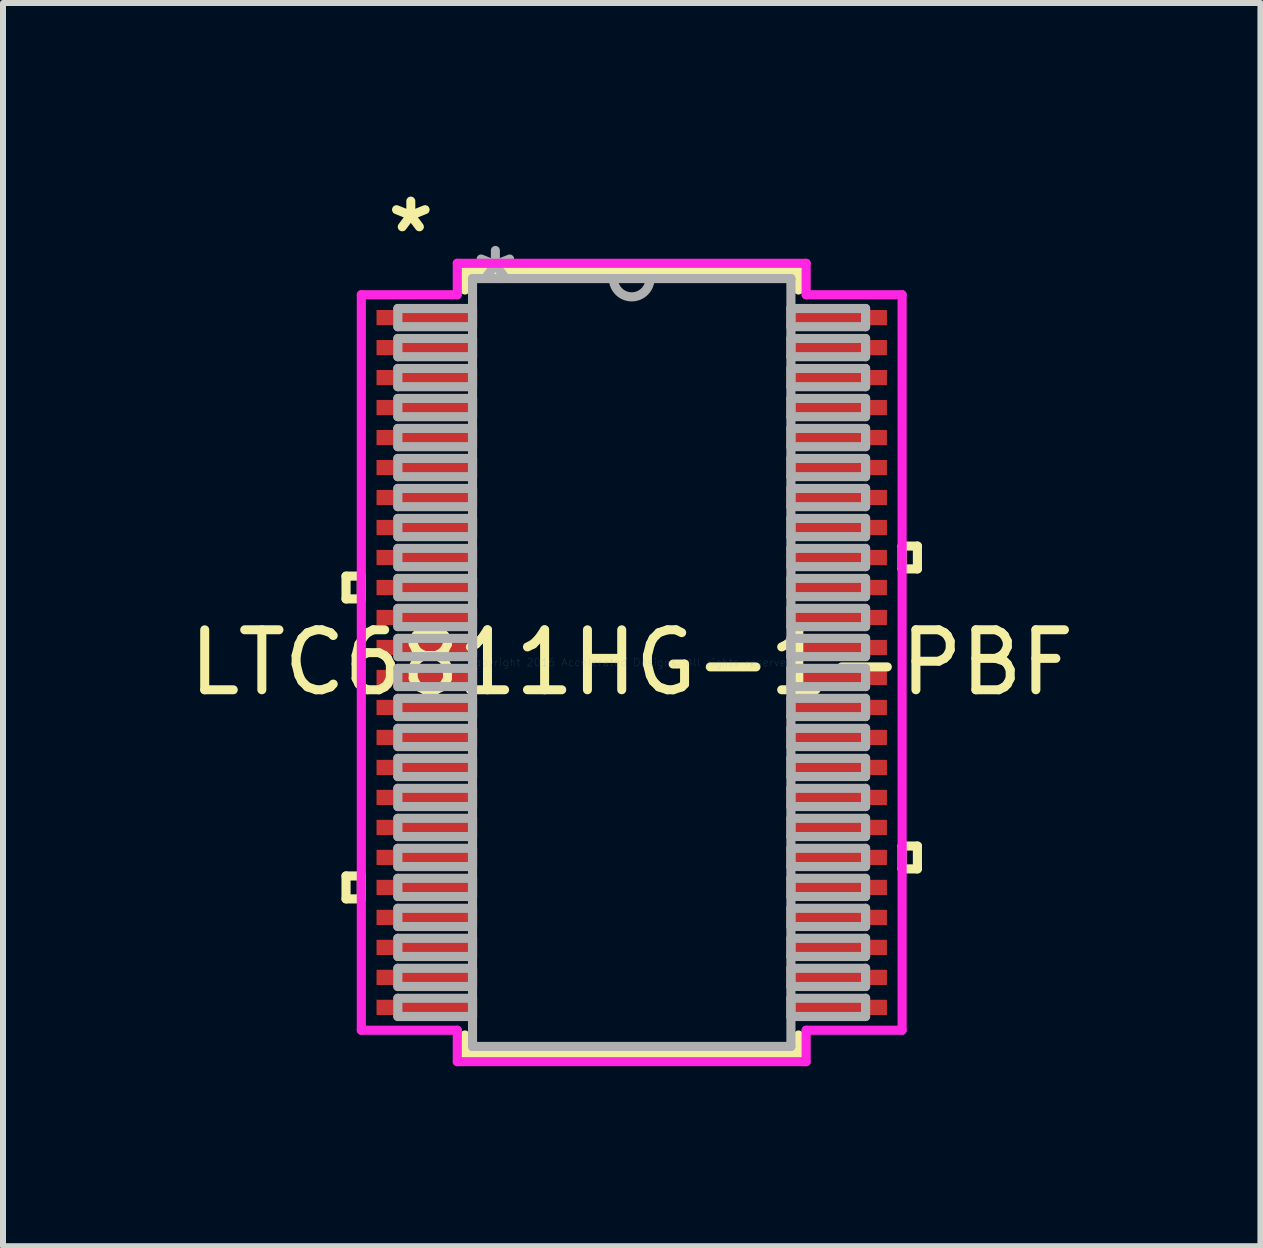
<source format=kicad_pcb>
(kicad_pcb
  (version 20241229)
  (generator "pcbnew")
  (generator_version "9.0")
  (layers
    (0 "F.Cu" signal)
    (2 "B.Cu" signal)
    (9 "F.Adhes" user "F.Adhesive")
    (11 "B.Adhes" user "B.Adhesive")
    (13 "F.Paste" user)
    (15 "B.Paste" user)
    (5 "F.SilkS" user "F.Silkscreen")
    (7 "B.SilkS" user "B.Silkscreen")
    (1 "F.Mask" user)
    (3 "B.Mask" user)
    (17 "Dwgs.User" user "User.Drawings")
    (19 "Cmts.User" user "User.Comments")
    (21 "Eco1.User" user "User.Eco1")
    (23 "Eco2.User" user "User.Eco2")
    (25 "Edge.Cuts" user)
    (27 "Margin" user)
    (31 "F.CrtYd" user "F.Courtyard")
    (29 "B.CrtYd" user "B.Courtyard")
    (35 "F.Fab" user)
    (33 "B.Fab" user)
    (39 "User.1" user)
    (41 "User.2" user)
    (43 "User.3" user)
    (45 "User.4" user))
  (footprint "LTC6811HG-1-PBF"
    (layer "F.Cu")
    (at 7.482 7.995)
    (property "Reference" "LTC6811HG-1-PBF" (at 0 0 0) (layer "F.SilkS") (effects (font (size 1 1) (thickness 0.15))))
    (attr through_hole)
    (fp_line (start -4.763 -1.44) (end -4.763 -1.06) (stroke (width 0.152) (type solid)) (layer "F.SilkS"))
    (fp_line (start -4.763 -1.06) (end -4.508 -1.06) (stroke (width 0.152) (type solid)) (layer "F.SilkS"))
    (fp_line (start -4.763 3.559) (end -4.763 3.941) (stroke (width 0.152) (type solid)) (layer "F.SilkS"))
    (fp_line (start -4.763 3.941) (end -4.508 3.941) (stroke (width 0.152) (type solid)) (layer "F.SilkS"))
    (fp_line (start -4.508 -1.44) (end -4.763 -1.44) (stroke (width 0.152) (type solid)) (layer "F.SilkS"))
    (fp_line (start -4.508 -1.06) (end -4.508 -1.44) (stroke (width 0.152) (type solid)) (layer "F.SilkS"))
    (fp_line (start -4.508 3.559) (end -4.763 3.559) (stroke (width 0.152) (type solid)) (layer "F.SilkS"))
    (fp_line (start -4.508 3.941) (end -4.508 3.559) (stroke (width 0.152) (type solid)) (layer "F.SilkS"))
    (fp_line (start -2.781 -6.528) (end -2.781 -6.21) (stroke (width 0.152) (type solid)) (layer "F.SilkS"))
    (fp_line (start -2.781 6.21) (end -2.781 6.528) (stroke (width 0.152) (type solid)) (layer "F.SilkS"))
    (fp_line (start -2.781 6.528) (end 2.781 6.528) (stroke (width 0.152) (type solid)) (layer "F.SilkS"))
    (fp_line (start 2.781 -6.528) (end -2.781 -6.528) (stroke (width 0.152) (type solid)) (layer "F.SilkS"))
    (fp_line (start 2.781 -6.21) (end 2.781 -6.528) (stroke (width 0.152) (type solid)) (layer "F.SilkS"))
    (fp_line (start 2.781 6.528) (end 2.781 6.21) (stroke (width 0.152) (type solid)) (layer "F.SilkS"))
    (fp_line (start 4.508 -1.941) (end 4.763 -1.941) (stroke (width 0.152) (type solid)) (layer "F.SilkS"))
    (fp_line (start 4.508 -1.56) (end 4.508 -1.941) (stroke (width 0.152) (type solid)) (layer "F.SilkS"))
    (fp_line (start 4.508 3.06) (end 4.763 3.06) (stroke (width 0.152) (type solid)) (layer "F.SilkS"))
    (fp_line (start 4.508 3.441) (end 4.508 3.06) (stroke (width 0.152) (type solid)) (layer "F.SilkS"))
    (fp_line (start 4.763 -1.941) (end 4.763 -1.56) (stroke (width 0.152) (type solid)) (layer "F.SilkS"))
    (fp_line (start 4.763 -1.56) (end 4.508 -1.56) (stroke (width 0.152) (type solid)) (layer "F.SilkS"))
    (fp_line (start 4.763 3.06) (end 4.763 3.441) (stroke (width 0.152) (type solid)) (layer "F.SilkS"))
    (fp_line (start 4.763 3.441) (end 4.508 3.441) (stroke (width 0.152) (type solid)) (layer "F.SilkS"))
    (fp_line (start -4.508 -6.131) (end -2.908 -6.131) (stroke (width 0.152) (type solid)) (layer "F.CrtYd"))
    (fp_line (start -4.508 6.131) (end -4.508 -6.131) (stroke (width 0.152) (type solid)) (layer "F.CrtYd"))
    (fp_line (start -2.908 -6.655) (end 2.908 -6.655) (stroke (width 0.152) (type solid)) (layer "F.CrtYd"))
    (fp_line (start -2.908 -6.131) (end -2.908 -6.655) (stroke (width 0.152) (type solid)) (layer "F.CrtYd"))
    (fp_line (start -2.908 6.131) (end -4.508 6.131) (stroke (width 0.152) (type solid)) (layer "F.CrtYd"))
    (fp_line (start -2.908 6.655) (end -2.908 6.131) (stroke (width 0.152) (type solid)) (layer "F.CrtYd"))
    (fp_line (start 2.908 -6.655) (end 2.908 -6.131) (stroke (width 0.152) (type solid)) (layer "F.CrtYd"))
    (fp_line (start 2.908 -6.131) (end 4.508 -6.131) (stroke (width 0.152) (type solid)) (layer "F.CrtYd"))
    (fp_line (start 2.908 6.131) (end 2.908 6.655) (stroke (width 0.152) (type solid)) (layer "F.CrtYd"))
    (fp_line (start 2.908 6.655) (end -2.908 6.655) (stroke (width 0.152) (type solid)) (layer "F.CrtYd"))
    (fp_line (start 4.508 -6.131) (end 4.508 6.131) (stroke (width 0.152) (type solid)) (layer "F.CrtYd"))
    (fp_line (start 4.508 6.131) (end 2.908 6.131) (stroke (width 0.152) (type solid)) (layer "F.CrtYd"))
    (fp_line (start -3.899 -5.902) (end -3.899 -5.598) (stroke (width 0.152) (type solid)) (layer "F.Fab"))
    (fp_line (start -3.899 -5.598) (end -2.654 -5.598) (stroke (width 0.152) (type solid)) (layer "F.Fab"))
    (fp_line (start -3.899 -5.402) (end -3.899 -5.098) (stroke (width 0.152) (type solid)) (layer "F.Fab"))
    (fp_line (start -3.899 -5.098) (end -2.654 -5.098) (stroke (width 0.152) (type solid)) (layer "F.Fab"))
    (fp_line (start -3.899 -4.902) (end -3.899 -4.598) (stroke (width 0.152) (type solid)) (layer "F.Fab"))
    (fp_line (start -3.899 -4.598) (end -2.654 -4.598) (stroke (width 0.152) (type solid)) (layer "F.Fab"))
    (fp_line (start -3.899 -4.402) (end -3.899 -4.098) (stroke (width 0.152) (type solid)) (layer "F.Fab"))
    (fp_line (start -3.899 -4.098) (end -2.654 -4.098) (stroke (width 0.152) (type solid)) (layer "F.Fab"))
    (fp_line (start -3.899 -3.902) (end -3.899 -3.598) (stroke (width 0.152) (type solid)) (layer "F.Fab"))
    (fp_line (start -3.899 -3.598) (end -2.654 -3.598) (stroke (width 0.152) (type solid)) (layer "F.Fab"))
    (fp_line (start -3.899 -3.402) (end -3.899 -3.098) (stroke (width 0.152) (type solid)) (layer "F.Fab"))
    (fp_line (start -3.899 -3.098) (end -2.654 -3.098) (stroke (width 0.152) (type solid)) (layer "F.Fab"))
    (fp_line (start -3.899 -2.902) (end -3.899 -2.598) (stroke (width 0.152) (type solid)) (layer "F.Fab"))
    (fp_line (start -3.899 -2.598) (end -2.654 -2.598) (stroke (width 0.152) (type solid)) (layer "F.Fab"))
    (fp_line (start -3.899 -2.402) (end -3.899 -2.098) (stroke (width 0.152) (type solid)) (layer "F.Fab"))
    (fp_line (start -3.899 -2.098) (end -2.654 -2.098) (stroke (width 0.152) (type solid)) (layer "F.Fab"))
    (fp_line (start -3.899 -1.902) (end -3.899 -1.598) (stroke (width 0.152) (type solid)) (layer "F.Fab"))
    (fp_line (start -3.899 -1.598) (end -2.654 -1.598) (stroke (width 0.152) (type solid)) (layer "F.Fab"))
    (fp_line (start -3.899 -1.402) (end -3.899 -1.098) (stroke (width 0.152) (type solid)) (layer "F.Fab"))
    (fp_line (start -3.899 -1.098) (end -2.654 -1.098) (stroke (width 0.152) (type solid)) (layer "F.Fab"))
    (fp_line (start -3.899 -0.902) (end -3.899 -0.598) (stroke (width 0.152) (type solid)) (layer "F.Fab"))
    (fp_line (start -3.899 -0.598) (end -2.654 -0.598) (stroke (width 0.152) (type solid)) (layer "F.Fab"))
    (fp_line (start -3.899 -0.402) (end -3.899 -0.098) (stroke (width 0.152) (type solid)) (layer "F.Fab"))
    (fp_line (start -3.899 -0.098) (end -2.654 -0.098) (stroke (width 0.152) (type solid)) (layer "F.Fab"))
    (fp_line (start -3.899 0.098) (end -3.899 0.402) (stroke (width 0.152) (type solid)) (layer "F.Fab"))
    (fp_line (start -3.899 0.402) (end -2.654 0.402) (stroke (width 0.152) (type solid)) (layer "F.Fab"))
    (fp_line (start -3.899 0.598) (end -3.899 0.902) (stroke (width 0.152) (type solid)) (layer "F.Fab"))
    (fp_line (start -3.899 0.902) (end -2.654 0.902) (stroke (width 0.152) (type solid)) (layer "F.Fab"))
    (fp_line (start -3.899 1.098) (end -3.899 1.402) (stroke (width 0.152) (type solid)) (layer "F.Fab"))
    (fp_line (start -3.899 1.402) (end -2.654 1.402) (stroke (width 0.152) (type solid)) (layer "F.Fab"))
    (fp_line (start -3.899 1.598) (end -3.899 1.902) (stroke (width 0.152) (type solid)) (layer "F.Fab"))
    (fp_line (start -3.899 1.902) (end -2.654 1.902) (stroke (width 0.152) (type solid)) (layer "F.Fab"))
    (fp_line (start -3.899 2.098) (end -3.899 2.402) (stroke (width 0.152) (type solid)) (layer "F.Fab"))
    (fp_line (start -3.899 2.402) (end -2.654 2.402) (stroke (width 0.152) (type solid)) (layer "F.Fab"))
    (fp_line (start -3.899 2.598) (end -3.899 2.902) (stroke (width 0.152) (type solid)) (layer "F.Fab"))
    (fp_line (start -3.899 2.902) (end -2.654 2.902) (stroke (width 0.152) (type solid)) (layer "F.Fab"))
    (fp_line (start -3.899 3.098) (end -3.899 3.402) (stroke (width 0.152) (type solid)) (layer "F.Fab"))
    (fp_line (start -3.899 3.402) (end -2.654 3.402) (stroke (width 0.152) (type solid)) (layer "F.Fab"))
    (fp_line (start -3.899 3.598) (end -3.899 3.902) (stroke (width 0.152) (type solid)) (layer "F.Fab"))
    (fp_line (start -3.899 3.902) (end -2.654 3.902) (stroke (width 0.152) (type solid)) (layer "F.Fab"))
    (fp_line (start -3.899 4.098) (end -3.899 4.402) (stroke (width 0.152) (type solid)) (layer "F.Fab"))
    (fp_line (start -3.899 4.402) (end -2.654 4.402) (stroke (width 0.152) (type solid)) (layer "F.Fab"))
    (fp_line (start -3.899 4.598) (end -3.899 4.902) (stroke (width 0.152) (type solid)) (layer "F.Fab"))
    (fp_line (start -3.899 4.902) (end -2.654 4.902) (stroke (width 0.152) (type solid)) (layer "F.Fab"))
    (fp_line (start -3.899 5.098) (end -3.899 5.402) (stroke (width 0.152) (type solid)) (layer "F.Fab"))
    (fp_line (start -3.899 5.402) (end -2.654 5.402) (stroke (width 0.152) (type solid)) (layer "F.Fab"))
    (fp_line (start -3.899 5.598) (end -3.899 5.902) (stroke (width 0.152) (type solid)) (layer "F.Fab"))
    (fp_line (start -3.899 5.902) (end -2.654 5.902) (stroke (width 0.152) (type solid)) (layer "F.Fab"))
    (fp_line (start -2.654 -6.401) (end -2.654 6.401) (stroke (width 0.152) (type solid)) (layer "F.Fab"))
    (fp_line (start -2.654 -5.902) (end -3.899 -5.902) (stroke (width 0.152) (type solid)) (layer "F.Fab"))
    (fp_line (start -2.654 -5.598) (end -2.654 -5.902) (stroke (width 0.152) (type solid)) (layer "F.Fab"))
    (fp_line (start -2.654 -5.402) (end -3.899 -5.402) (stroke (width 0.152) (type solid)) (layer "F.Fab"))
    (fp_line (start -2.654 -5.098) (end -2.654 -5.402) (stroke (width 0.152) (type solid)) (layer "F.Fab"))
    (fp_line (start -2.654 -4.902) (end -3.899 -4.902) (stroke (width 0.152) (type solid)) (layer "F.Fab"))
    (fp_line (start -2.654 -4.598) (end -2.654 -4.902) (stroke (width 0.152) (type solid)) (layer "F.Fab"))
    (fp_line (start -2.654 -4.402) (end -3.899 -4.402) (stroke (width 0.152) (type solid)) (layer "F.Fab"))
    (fp_line (start -2.654 -4.098) (end -2.654 -4.402) (stroke (width 0.152) (type solid)) (layer "F.Fab"))
    (fp_line (start -2.654 -3.902) (end -3.899 -3.902) (stroke (width 0.152) (type solid)) (layer "F.Fab"))
    (fp_line (start -2.654 -3.598) (end -2.654 -3.902) (stroke (width 0.152) (type solid)) (layer "F.Fab"))
    (fp_line (start -2.654 -3.402) (end -3.899 -3.402) (stroke (width 0.152) (type solid)) (layer "F.Fab"))
    (fp_line (start -2.654 -3.098) (end -2.654 -3.402) (stroke (width 0.152) (type solid)) (layer "F.Fab"))
    (fp_line (start -2.654 -2.902) (end -3.899 -2.902) (stroke (width 0.152) (type solid)) (layer "F.Fab"))
    (fp_line (start -2.654 -2.598) (end -2.654 -2.902) (stroke (width 0.152) (type solid)) (layer "F.Fab"))
    (fp_line (start -2.654 -2.402) (end -3.899 -2.402) (stroke (width 0.152) (type solid)) (layer "F.Fab"))
    (fp_line (start -2.654 -2.098) (end -2.654 -2.402) (stroke (width 0.152) (type solid)) (layer "F.Fab"))
    (fp_line (start -2.654 -1.902) (end -3.899 -1.902) (stroke (width 0.152) (type solid)) (layer "F.Fab"))
    (fp_line (start -2.654 -1.598) (end -2.654 -1.902) (stroke (width 0.152) (type solid)) (layer "F.Fab"))
    (fp_line (start -2.654 -1.402) (end -3.899 -1.402) (stroke (width 0.152) (type solid)) (layer "F.Fab"))
    (fp_line (start -2.654 -1.098) (end -2.654 -1.402) (stroke (width 0.152) (type solid)) (layer "F.Fab"))
    (fp_line (start -2.654 -0.902) (end -3.899 -0.902) (stroke (width 0.152) (type solid)) (layer "F.Fab"))
    (fp_line (start -2.654 -0.598) (end -2.654 -0.902) (stroke (width 0.152) (type solid)) (layer "F.Fab"))
    (fp_line (start -2.654 -0.402) (end -3.899 -0.402) (stroke (width 0.152) (type solid)) (layer "F.Fab"))
    (fp_line (start -2.654 -0.098) (end -2.654 -0.402) (stroke (width 0.152) (type solid)) (layer "F.Fab"))
    (fp_line (start -2.654 0.098) (end -3.899 0.098) (stroke (width 0.152) (type solid)) (layer "F.Fab"))
    (fp_line (start -2.654 0.402) (end -2.654 0.098) (stroke (width 0.152) (type solid)) (layer "F.Fab"))
    (fp_line (start -2.654 0.598) (end -3.899 0.598) (stroke (width 0.152) (type solid)) (layer "F.Fab"))
    (fp_line (start -2.654 0.902) (end -2.654 0.598) (stroke (width 0.152) (type solid)) (layer "F.Fab"))
    (fp_line (start -2.654 1.098) (end -3.899 1.098) (stroke (width 0.152) (type solid)) (layer "F.Fab"))
    (fp_line (start -2.654 1.402) (end -2.654 1.098) (stroke (width 0.152) (type solid)) (layer "F.Fab"))
    (fp_line (start -2.654 1.598) (end -3.899 1.598) (stroke (width 0.152) (type solid)) (layer "F.Fab"))
    (fp_line (start -2.654 1.902) (end -2.654 1.598) (stroke (width 0.152) (type solid)) (layer "F.Fab"))
    (fp_line (start -2.654 2.098) (end -3.899 2.098) (stroke (width 0.152) (type solid)) (layer "F.Fab"))
    (fp_line (start -2.654 2.402) (end -2.654 2.098) (stroke (width 0.152) (type solid)) (layer "F.Fab"))
    (fp_line (start -2.654 2.598) (end -3.899 2.598) (stroke (width 0.152) (type solid)) (layer "F.Fab"))
    (fp_line (start -2.654 2.902) (end -2.654 2.598) (stroke (width 0.152) (type solid)) (layer "F.Fab"))
    (fp_line (start -2.654 3.098) (end -3.899 3.098) (stroke (width 0.152) (type solid)) (layer "F.Fab"))
    (fp_line (start -2.654 3.402) (end -2.654 3.098) (stroke (width 0.152) (type solid)) (layer "F.Fab"))
    (fp_line (start -2.654 3.598) (end -3.899 3.598) (stroke (width 0.152) (type solid)) (layer "F.Fab"))
    (fp_line (start -2.654 3.902) (end -2.654 3.598) (stroke (width 0.152) (type solid)) (layer "F.Fab"))
    (fp_line (start -2.654 4.098) (end -3.899 4.098) (stroke (width 0.152) (type solid)) (layer "F.Fab"))
    (fp_line (start -2.654 4.402) (end -2.654 4.098) (stroke (width 0.152) (type solid)) (layer "F.Fab"))
    (fp_line (start -2.654 4.598) (end -3.899 4.598) (stroke (width 0.152) (type solid)) (layer "F.Fab"))
    (fp_line (start -2.654 4.902) (end -2.654 4.598) (stroke (width 0.152) (type solid)) (layer "F.Fab"))
    (fp_line (start -2.654 5.098) (end -3.899 5.098) (stroke (width 0.152) (type solid)) (layer "F.Fab"))
    (fp_line (start -2.654 5.402) (end -2.654 5.098) (stroke (width 0.152) (type solid)) (layer "F.Fab"))
    (fp_line (start -2.654 5.598) (end -3.899 5.598) (stroke (width 0.152) (type solid)) (layer "F.Fab"))
    (fp_line (start -2.654 5.902) (end -2.654 5.598) (stroke (width 0.152) (type solid)) (layer "F.Fab"))
    (fp_line (start -2.654 6.401) (end 2.654 6.401) (stroke (width 0.152) (type solid)) (layer "F.Fab"))
    (fp_line (start 2.654 -6.401) (end -2.654 -6.401) (stroke (width 0.152) (type solid)) (layer "F.Fab"))
    (fp_line (start 2.654 -5.902) (end 2.654 -5.598) (stroke (width 0.152) (type solid)) (layer "F.Fab"))
    (fp_line (start 2.654 -5.598) (end 3.899 -5.598) (stroke (width 0.152) (type solid)) (layer "F.Fab"))
    (fp_line (start 2.654 -5.402) (end 2.654 -5.098) (stroke (width 0.152) (type solid)) (layer "F.Fab"))
    (fp_line (start 2.654 -5.098) (end 3.899 -5.098) (stroke (width 0.152) (type solid)) (layer "F.Fab"))
    (fp_line (start 2.654 -4.902) (end 2.654 -4.598) (stroke (width 0.152) (type solid)) (layer "F.Fab"))
    (fp_line (start 2.654 -4.598) (end 3.899 -4.598) (stroke (width 0.152) (type solid)) (layer "F.Fab"))
    (fp_line (start 2.654 -4.402) (end 2.654 -4.098) (stroke (width 0.152) (type solid)) (layer "F.Fab"))
    (fp_line (start 2.654 -4.098) (end 3.899 -4.098) (stroke (width 0.152) (type solid)) (layer "F.Fab"))
    (fp_line (start 2.654 -3.902) (end 2.654 -3.598) (stroke (width 0.152) (type solid)) (layer "F.Fab"))
    (fp_line (start 2.654 -3.598) (end 3.899 -3.598) (stroke (width 0.152) (type solid)) (layer "F.Fab"))
    (fp_line (start 2.654 -3.402) (end 2.654 -3.098) (stroke (width 0.152) (type solid)) (layer "F.Fab"))
    (fp_line (start 2.654 -3.098) (end 3.899 -3.098) (stroke (width 0.152) (type solid)) (layer "F.Fab"))
    (fp_line (start 2.654 -2.902) (end 2.654 -2.598) (stroke (width 0.152) (type solid)) (layer "F.Fab"))
    (fp_line (start 2.654 -2.598) (end 3.899 -2.598) (stroke (width 0.152) (type solid)) (layer "F.Fab"))
    (fp_line (start 2.654 -2.402) (end 2.654 -2.098) (stroke (width 0.152) (type solid)) (layer "F.Fab"))
    (fp_line (start 2.654 -2.098) (end 3.899 -2.098) (stroke (width 0.152) (type solid)) (layer "F.Fab"))
    (fp_line (start 2.654 -1.902) (end 2.654 -1.598) (stroke (width 0.152) (type solid)) (layer "F.Fab"))
    (fp_line (start 2.654 -1.598) (end 3.899 -1.598) (stroke (width 0.152) (type solid)) (layer "F.Fab"))
    (fp_line (start 2.654 -1.402) (end 2.654 -1.098) (stroke (width 0.152) (type solid)) (layer "F.Fab"))
    (fp_line (start 2.654 -1.098) (end 3.899 -1.098) (stroke (width 0.152) (type solid)) (layer "F.Fab"))
    (fp_line (start 2.654 -0.902) (end 2.654 -0.598) (stroke (width 0.152) (type solid)) (layer "F.Fab"))
    (fp_line (start 2.654 -0.598) (end 3.899 -0.598) (stroke (width 0.152) (type solid)) (layer "F.Fab"))
    (fp_line (start 2.654 -0.402) (end 2.654 -0.098) (stroke (width 0.152) (type solid)) (layer "F.Fab"))
    (fp_line (start 2.654 -0.098) (end 3.899 -0.098) (stroke (width 0.152) (type solid)) (layer "F.Fab"))
    (fp_line (start 2.654 0.098) (end 2.654 0.402) (stroke (width 0.152) (type solid)) (layer "F.Fab"))
    (fp_line (start 2.654 0.402) (end 3.899 0.402) (stroke (width 0.152) (type solid)) (layer "F.Fab"))
    (fp_line (start 2.654 0.598) (end 2.654 0.902) (stroke (width 0.152) (type solid)) (layer "F.Fab"))
    (fp_line (start 2.654 0.902) (end 3.899 0.902) (stroke (width 0.152) (type solid)) (layer "F.Fab"))
    (fp_line (start 2.654 1.098) (end 2.654 1.402) (stroke (width 0.152) (type solid)) (layer "F.Fab"))
    (fp_line (start 2.654 1.402) (end 3.899 1.402) (stroke (width 0.152) (type solid)) (layer "F.Fab"))
    (fp_line (start 2.654 1.598) (end 2.654 1.902) (stroke (width 0.152) (type solid)) (layer "F.Fab"))
    (fp_line (start 2.654 1.902) (end 3.899 1.902) (stroke (width 0.152) (type solid)) (layer "F.Fab"))
    (fp_line (start 2.654 2.098) (end 2.654 2.402) (stroke (width 0.152) (type solid)) (layer "F.Fab"))
    (fp_line (start 2.654 2.402) (end 3.899 2.402) (stroke (width 0.152) (type solid)) (layer "F.Fab"))
    (fp_line (start 2.654 2.598) (end 2.654 2.902) (stroke (width 0.152) (type solid)) (layer "F.Fab"))
    (fp_line (start 2.654 2.902) (end 3.899 2.902) (stroke (width 0.152) (type solid)) (layer "F.Fab"))
    (fp_line (start 2.654 3.098) (end 2.654 3.402) (stroke (width 0.152) (type solid)) (layer "F.Fab"))
    (fp_line (start 2.654 3.402) (end 3.899 3.402) (stroke (width 0.152) (type solid)) (layer "F.Fab"))
    (fp_line (start 2.654 3.598) (end 2.654 3.902) (stroke (width 0.152) (type solid)) (layer "F.Fab"))
    (fp_line (start 2.654 3.902) (end 3.899 3.902) (stroke (width 0.152) (type solid)) (layer "F.Fab"))
    (fp_line (start 2.654 4.098) (end 2.654 4.402) (stroke (width 0.152) (type solid)) (layer "F.Fab"))
    (fp_line (start 2.654 4.402) (end 3.899 4.402) (stroke (width 0.152) (type solid)) (layer "F.Fab"))
    (fp_line (start 2.654 4.598) (end 2.654 4.902) (stroke (width 0.152) (type solid)) (layer "F.Fab"))
    (fp_line (start 2.654 4.902) (end 3.899 4.902) (stroke (width 0.152) (type solid)) (layer "F.Fab"))
    (fp_line (start 2.654 5.098) (end 2.654 5.402) (stroke (width 0.152) (type solid)) (layer "F.Fab"))
    (fp_line (start 2.654 5.402) (end 3.899 5.402) (stroke (width 0.152) (type solid)) (layer "F.Fab"))
    (fp_line (start 2.654 5.598) (end 2.654 5.902) (stroke (width 0.152) (type solid)) (layer "F.Fab"))
    (fp_line (start 2.654 5.902) (end 3.899 5.902) (stroke (width 0.152) (type solid)) (layer "F.Fab"))
    (fp_line (start 2.654 6.401) (end 2.654 -6.401) (stroke (width 0.152) (type solid)) (layer "F.Fab"))
    (fp_line (start 3.899 -5.902) (end 2.654 -5.902) (stroke (width 0.152) (type solid)) (layer "F.Fab"))
    (fp_line (start 3.899 -5.598) (end 3.899 -5.902) (stroke (width 0.152) (type solid)) (layer "F.Fab"))
    (fp_line (start 3.899 -5.402) (end 2.654 -5.402) (stroke (width 0.152) (type solid)) (layer "F.Fab"))
    (fp_line (start 3.899 -5.098) (end 3.899 -5.402) (stroke (width 0.152) (type solid)) (layer "F.Fab"))
    (fp_line (start 3.899 -4.902) (end 2.654 -4.902) (stroke (width 0.152) (type solid)) (layer "F.Fab"))
    (fp_line (start 3.899 -4.598) (end 3.899 -4.902) (stroke (width 0.152) (type solid)) (layer "F.Fab"))
    (fp_line (start 3.899 -4.402) (end 2.654 -4.402) (stroke (width 0.152) (type solid)) (layer "F.Fab"))
    (fp_line (start 3.899 -4.098) (end 3.899 -4.402) (stroke (width 0.152) (type solid)) (layer "F.Fab"))
    (fp_line (start 3.899 -3.902) (end 2.654 -3.902) (stroke (width 0.152) (type solid)) (layer "F.Fab"))
    (fp_line (start 3.899 -3.598) (end 3.899 -3.902) (stroke (width 0.152) (type solid)) (layer "F.Fab"))
    (fp_line (start 3.899 -3.402) (end 2.654 -3.402) (stroke (width 0.152) (type solid)) (layer "F.Fab"))
    (fp_line (start 3.899 -3.098) (end 3.899 -3.402) (stroke (width 0.152) (type solid)) (layer "F.Fab"))
    (fp_line (start 3.899 -2.902) (end 2.654 -2.902) (stroke (width 0.152) (type solid)) (layer "F.Fab"))
    (fp_line (start 3.899 -2.598) (end 3.899 -2.902) (stroke (width 0.152) (type solid)) (layer "F.Fab"))
    (fp_line (start 3.899 -2.402) (end 2.654 -2.402) (stroke (width 0.152) (type solid)) (layer "F.Fab"))
    (fp_line (start 3.899 -2.098) (end 3.899 -2.402) (stroke (width 0.152) (type solid)) (layer "F.Fab"))
    (fp_line (start 3.899 -1.902) (end 2.654 -1.902) (stroke (width 0.152) (type solid)) (layer "F.Fab"))
    (fp_line (start 3.899 -1.598) (end 3.899 -1.902) (stroke (width 0.152) (type solid)) (layer "F.Fab"))
    (fp_line (start 3.899 -1.402) (end 2.654 -1.402) (stroke (width 0.152) (type solid)) (layer "F.Fab"))
    (fp_line (start 3.899 -1.098) (end 3.899 -1.402) (stroke (width 0.152) (type solid)) (layer "F.Fab"))
    (fp_line (start 3.899 -0.902) (end 2.654 -0.902) (stroke (width 0.152) (type solid)) (layer "F.Fab"))
    (fp_line (start 3.899 -0.598) (end 3.899 -0.902) (stroke (width 0.152) (type solid)) (layer "F.Fab"))
    (fp_line (start 3.899 -0.402) (end 2.654 -0.402) (stroke (width 0.152) (type solid)) (layer "F.Fab"))
    (fp_line (start 3.899 -0.098) (end 3.899 -0.402) (stroke (width 0.152) (type solid)) (layer "F.Fab"))
    (fp_line (start 3.899 0.098) (end 2.654 0.098) (stroke (width 0.152) (type solid)) (layer "F.Fab"))
    (fp_line (start 3.899 0.402) (end 3.899 0.098) (stroke (width 0.152) (type solid)) (layer "F.Fab"))
    (fp_line (start 3.899 0.598) (end 2.654 0.598) (stroke (width 0.152) (type solid)) (layer "F.Fab"))
    (fp_line (start 3.899 0.902) (end 3.899 0.598) (stroke (width 0.152) (type solid)) (layer "F.Fab"))
    (fp_line (start 3.899 1.098) (end 2.654 1.098) (stroke (width 0.152) (type solid)) (layer "F.Fab"))
    (fp_line (start 3.899 1.402) (end 3.899 1.098) (stroke (width 0.152) (type solid)) (layer "F.Fab"))
    (fp_line (start 3.899 1.598) (end 2.654 1.598) (stroke (width 0.152) (type solid)) (layer "F.Fab"))
    (fp_line (start 3.899 1.902) (end 3.899 1.598) (stroke (width 0.152) (type solid)) (layer "F.Fab"))
    (fp_line (start 3.899 2.098) (end 2.654 2.098) (stroke (width 0.152) (type solid)) (layer "F.Fab"))
    (fp_line (start 3.899 2.402) (end 3.899 2.098) (stroke (width 0.152) (type solid)) (layer "F.Fab"))
    (fp_line (start 3.899 2.598) (end 2.654 2.598) (stroke (width 0.152) (type solid)) (layer "F.Fab"))
    (fp_line (start 3.899 2.902) (end 3.899 2.598) (stroke (width 0.152) (type solid)) (layer "F.Fab"))
    (fp_line (start 3.899 3.098) (end 2.654 3.098) (stroke (width 0.152) (type solid)) (layer "F.Fab"))
    (fp_line (start 3.899 3.402) (end 3.899 3.098) (stroke (width 0.152) (type solid)) (layer "F.Fab"))
    (fp_line (start 3.899 3.598) (end 2.654 3.598) (stroke (width 0.152) (type solid)) (layer "F.Fab"))
    (fp_line (start 3.899 3.902) (end 3.899 3.598) (stroke (width 0.152) (type solid)) (layer "F.Fab"))
    (fp_line (start 3.899 4.098) (end 2.654 4.098) (stroke (width 0.152) (type solid)) (layer "F.Fab"))
    (fp_line (start 3.899 4.402) (end 3.899 4.098) (stroke (width 0.152) (type solid)) (layer "F.Fab"))
    (fp_line (start 3.899 4.598) (end 2.654 4.598) (stroke (width 0.152) (type solid)) (layer "F.Fab"))
    (fp_line (start 3.899 4.902) (end 3.899 4.598) (stroke (width 0.152) (type solid)) (layer "F.Fab"))
    (fp_line (start 3.899 5.098) (end 2.654 5.098) (stroke (width 0.152) (type solid)) (layer "F.Fab"))
    (fp_line (start 3.899 5.402) (end 3.899 5.098) (stroke (width 0.152) (type solid)) (layer "F.Fab"))
    (fp_line (start 3.899 5.598) (end 2.654 5.598) (stroke (width 0.152) (type solid)) (layer "F.Fab"))
    (fp_line (start 3.899 5.902) (end 3.899 5.598) (stroke (width 0.152) (type solid)) (layer "F.Fab"))
    (fp_arc (start 0.3048 -6.4008) (mid 0 -6.096) (end -0.3048 -6.4008) (stroke (width 0.1524) (type solid)) (layer "F.Fab"))
    (fp_text user "*" (at -3.683 -7.147 0) (layer "F.SilkS") (effects (font (size 1 1) (thickness 0.15))))
    (fp_text user "Copyright 2016 Accelerated Designs. All rights reserved." (at 0 0 0) (layer "Cmts.User") (effects (font (size 0.127 0.127) (thickness 0.002))))
    (fp_text user "*" (at -2.273 -6.325 0) (layer "F.Fab") (effects (font (size 1 1) (thickness 0.15))))
    (pad "1" smd rect (at -3.429 -5.75) (size 1.651 0.254) (layers "F.Cu" "F.Mask" "F.Paste"))
    (pad "2" smd rect (at -3.429 -5.25) (size 1.651 0.254) (layers "F.Cu" "F.Mask" "F.Paste"))
    (pad "3" smd rect (at -3.429 -4.75) (size 1.651 0.254) (layers "F.Cu" "F.Mask" "F.Paste"))
    (pad "4" smd rect (at -3.429 -4.25) (size 1.651 0.254) (layers "F.Cu" "F.Mask" "F.Paste"))
    (pad "5" smd rect (at -3.429 -3.75) (size 1.651 0.254) (layers "F.Cu" "F.Mask" "F.Paste"))
    (pad "6" smd rect (at -3.429 -3.25) (size 1.651 0.254) (layers "F.Cu" "F.Mask" "F.Paste"))
    (pad "7" smd rect (at -3.429 -2.75) (size 1.651 0.254) (layers "F.Cu" "F.Mask" "F.Paste"))
    (pad "8" smd rect (at -3.429 -2.25) (size 1.651 0.254) (layers "F.Cu" "F.Mask" "F.Paste"))
    (pad "9" smd rect (at -3.429 -1.75) (size 1.651 0.254) (layers "F.Cu" "F.Mask" "F.Paste"))
    (pad "10" smd rect (at -3.429 -1.25) (size 1.651 0.254) (layers "F.Cu" "F.Mask" "F.Paste"))
    (pad "11" smd rect (at -3.429 -0.75) (size 1.651 0.254) (layers "F.Cu" "F.Mask" "F.Paste"))
    (pad "12" smd rect (at -3.429 -0.25) (size 1.651 0.254) (layers "F.Cu" "F.Mask" "F.Paste"))
    (pad "13" smd rect (at -3.429 0.25) (size 1.651 0.254) (layers "F.Cu" "F.Mask" "F.Paste"))
    (pad "14" smd rect (at -3.429 0.75) (size 1.651 0.254) (layers "F.Cu" "F.Mask" "F.Paste"))
    (pad "15" smd rect (at -3.429 1.25) (size 1.651 0.254) (layers "F.Cu" "F.Mask" "F.Paste"))
    (pad "16" smd rect (at -3.429 1.75) (size 1.651 0.254) (layers "F.Cu" "F.Mask" "F.Paste"))
    (pad "17" smd rect (at -3.429 2.25) (size 1.651 0.254) (layers "F.Cu" "F.Mask" "F.Paste"))
    (pad "18" smd rect (at -3.429 2.75) (size 1.651 0.254) (layers "F.Cu" "F.Mask" "F.Paste"))
    (pad "19" smd rect (at -3.429 3.25) (size 1.651 0.254) (layers "F.Cu" "F.Mask" "F.Paste"))
    (pad "20" smd rect (at -3.429 3.75) (size 1.651 0.254) (layers "F.Cu" "F.Mask" "F.Paste"))
    (pad "21" smd rect (at -3.429 4.25) (size 1.651 0.254) (layers "F.Cu" "F.Mask" "F.Paste"))
    (pad "22" smd rect (at -3.429 4.75) (size 1.651 0.254) (layers "F.Cu" "F.Mask" "F.Paste"))
    (pad "23" smd rect (at -3.429 5.25) (size 1.651 0.254) (layers "F.Cu" "F.Mask" "F.Paste"))
    (pad "24" smd rect (at -3.429 5.75) (size 1.651 0.254) (layers "F.Cu" "F.Mask" "F.Paste"))
    (pad "25" smd rect (at 3.429 5.75) (size 1.651 0.254) (layers "F.Cu" "F.Mask" "F.Paste"))
    (pad "26" smd rect (at 3.429 5.25) (size 1.651 0.254) (layers "F.Cu" "F.Mask" "F.Paste"))
    (pad "27" smd rect (at 3.429 4.75) (size 1.651 0.254) (layers "F.Cu" "F.Mask" "F.Paste"))
    (pad "28" smd rect (at 3.429 4.25) (size 1.651 0.254) (layers "F.Cu" "F.Mask" "F.Paste"))
    (pad "29" smd rect (at 3.429 3.75) (size 1.651 0.254) (layers "F.Cu" "F.Mask" "F.Paste"))
    (pad "30" smd rect (at 3.429 3.25) (size 1.651 0.254) (layers "F.Cu" "F.Mask" "F.Paste"))
    (pad "31" smd rect (at 3.429 2.75) (size 1.651 0.254) (layers "F.Cu" "F.Mask" "F.Paste"))
    (pad "32" smd rect (at 3.429 2.25) (size 1.651 0.254) (layers "F.Cu" "F.Mask" "F.Paste"))
    (pad "33" smd rect (at 3.429 1.75) (size 1.651 0.254) (layers "F.Cu" "F.Mask" "F.Paste"))
    (pad "34" smd rect (at 3.429 1.25) (size 1.651 0.254) (layers "F.Cu" "F.Mask" "F.Paste"))
    (pad "35" smd rect (at 3.429 0.75) (size 1.651 0.254) (layers "F.Cu" "F.Mask" "F.Paste"))
    (pad "36" smd rect (at 3.429 0.25) (size 1.651 0.254) (layers "F.Cu" "F.Mask" "F.Paste"))
    (pad "37" smd rect (at 3.429 -0.25) (size 1.651 0.254) (layers "F.Cu" "F.Mask" "F.Paste"))
    (pad "38" smd rect (at 3.429 -0.75) (size 1.651 0.254) (layers "F.Cu" "F.Mask" "F.Paste"))
    (pad "39" smd rect (at 3.429 -1.25) (size 1.651 0.254) (layers "F.Cu" "F.Mask" "F.Paste"))
    (pad "40" smd rect (at 3.429 -1.75) (size 1.651 0.254) (layers "F.Cu" "F.Mask" "F.Paste"))
    (pad "41" smd rect (at 3.429 -2.25) (size 1.651 0.254) (layers "F.Cu" "F.Mask" "F.Paste"))
    (pad "42" smd rect (at 3.429 -2.75) (size 1.651 0.254) (layers "F.Cu" "F.Mask" "F.Paste"))
    (pad "43" smd rect (at 3.429 -3.25) (size 1.651 0.254) (layers "F.Cu" "F.Mask" "F.Paste"))
    (pad "44" smd rect (at 3.429 -3.75) (size 1.651 0.254) (layers "F.Cu" "F.Mask" "F.Paste"))
    (pad "45" smd rect (at 3.429 -4.25) (size 1.651 0.254) (layers "F.Cu" "F.Mask" "F.Paste"))
    (pad "46" smd rect (at 3.429 -4.75) (size 1.651 0.254) (layers "F.Cu" "F.Mask" "F.Paste"))
    (pad "47" smd rect (at 3.429 -5.25) (size 1.651 0.254) (layers "F.Cu" "F.Mask" "F.Paste"))
    (pad "48" smd rect (at 3.429 -5.75) (size 1.651 0.254) (layers "F.Cu" "F.Mask" "F.Paste")))
  (gr_rect
    (start -3 -3)
    (end 17.964 17.726)
    (stroke (width 0.1) (type default))
    (fill no)
    (layer "Edge.Cuts")))
</source>
